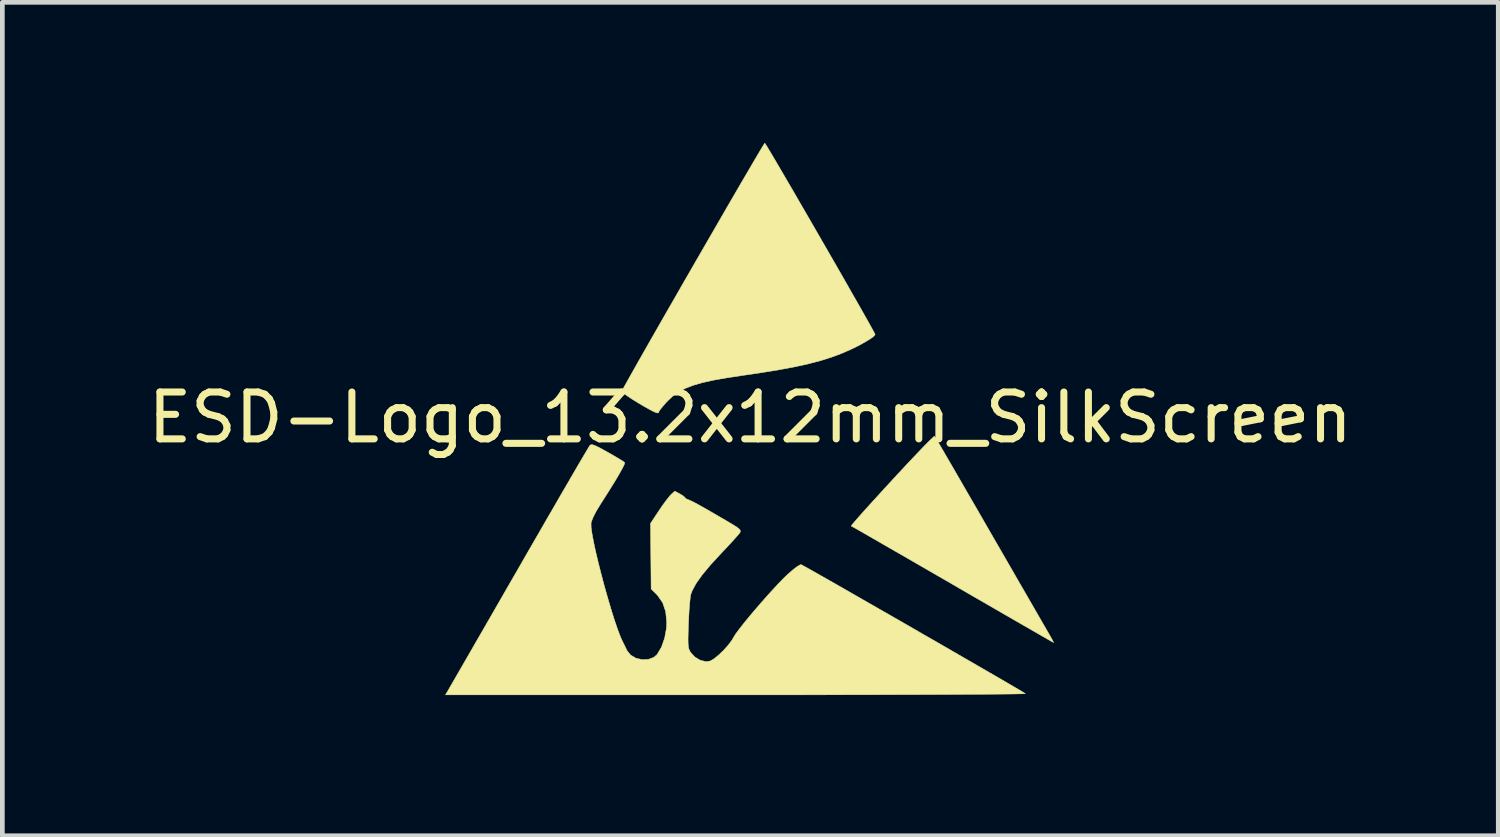
<source format=kicad_pcb>
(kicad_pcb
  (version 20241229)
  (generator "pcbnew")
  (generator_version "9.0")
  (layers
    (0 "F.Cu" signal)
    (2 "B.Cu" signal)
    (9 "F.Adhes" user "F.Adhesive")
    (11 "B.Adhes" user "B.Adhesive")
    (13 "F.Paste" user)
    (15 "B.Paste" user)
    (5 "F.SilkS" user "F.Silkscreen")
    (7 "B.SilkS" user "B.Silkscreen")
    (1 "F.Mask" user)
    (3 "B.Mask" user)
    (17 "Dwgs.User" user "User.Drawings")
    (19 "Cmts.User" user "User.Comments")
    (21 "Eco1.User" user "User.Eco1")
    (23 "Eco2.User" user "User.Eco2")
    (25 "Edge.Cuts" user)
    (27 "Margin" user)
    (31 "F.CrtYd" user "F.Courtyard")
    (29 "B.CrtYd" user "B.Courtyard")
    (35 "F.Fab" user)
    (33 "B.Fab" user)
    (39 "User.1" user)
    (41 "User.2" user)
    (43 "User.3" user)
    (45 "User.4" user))
  (footprint "ESD-Logo_13.2x12mm_SilkScreen"
    (layer "F.Cu")
    (at 12.958 5.859)
    (property "Reference" "ESD-Logo_13.2x12mm_SilkScreen" (at 0 0 0) (layer "F.SilkS") (effects (font (size 1 1) (thickness 0.15))))
    (attr exclude_from_pos_files exclude_from_bom allow_missing_courtyard)
    (fp_poly (pts (xy 3.975 0.469) (xy 3.998 0.507) (xy 4.049 0.595) (xy 4.126 0.727) (xy 4.226 0.9) (xy 4.348 1.109) (xy 4.487 1.35) (xy 4.642 1.619) (xy 4.811 1.91) (xy 4.99 2.221) (xy 5.174 2.54) (xy 5.362 2.866) (xy 5.543 3.179) (xy 5.713 3.475) (xy 5.871 3.748) (xy 6.014 3.995) (xy 6.138 4.211) (xy 6.242 4.391) (xy 6.322 4.53) (xy 6.377 4.625) (xy 6.403 4.67) (xy 6.445 4.745) (xy 6.468 4.792) (xy 6.469 4.8) (xy 6.441 4.784) (xy 6.364 4.74) (xy 6.241 4.67) (xy 6.077 4.575) (xy 5.875 4.459) (xy 5.64 4.324) (xy 5.375 4.171) (xy 5.085 4.003) (xy 4.774 3.824) (xy 4.446 3.634) (xy 4.321 3.561) (xy 3.987 3.368) (xy 3.668 3.184) (xy 3.369 3.011) (xy 3.093 2.852) (xy 2.844 2.709) (xy 2.628 2.584) (xy 2.447 2.48) (xy 2.306 2.399) (xy 2.208 2.344) (xy 2.159 2.317) (xy 2.154 2.314) (xy 2.169 2.29) (xy 2.221 2.228) (xy 2.305 2.131) (xy 2.415 2.007) (xy 2.547 1.861) (xy 2.694 1.699) (xy 2.852 1.526) (xy 3.015 1.349) (xy 3.179 1.172) (xy 3.336 1.003) (xy 3.483 0.847) (xy 3.614 0.709) (xy 3.723 0.595) (xy 3.806 0.512) (xy 3.834 0.485) (xy 3.928 0.396) (xy 3.975 0.469)) (stroke (width 0.01) (type solid)) (fill yes) (layer "F.SilkS"))
    (fp_poly (pts (xy 0.328 -5.828) (xy 0.374 -5.754) (xy 0.445 -5.635) (xy 0.538 -5.478) (xy 0.65 -5.287) (xy 0.778 -5.067) (xy 0.92 -4.825) (xy 1.071 -4.563) (xy 1.231 -4.288) (xy 1.394 -4.005) (xy 1.56 -3.718) (xy 1.724 -3.433) (xy 1.884 -3.155) (xy 2.037 -2.888) (xy 2.179 -2.638) (xy 2.309 -2.411) (xy 2.423 -2.21) (xy 2.519 -2.04) (xy 2.592 -1.908) (xy 2.641 -1.818) (xy 2.663 -1.775) (xy 2.664 -1.773) (xy 2.637 -1.736) (xy 2.562 -1.68) (xy 2.448 -1.611) (xy 2.305 -1.532) (xy 2.154 -1.458) (xy 1.949 -1.368) (xy 1.734 -1.288) (xy 1.5 -1.214) (xy 1.241 -1.146) (xy 0.949 -1.082) (xy 0.617 -1.02) (xy 0.238 -0.958) (xy -0.155 -0.9) (xy -0.496 -0.848) (xy -0.783 -0.798) (xy -1.022 -0.745) (xy -1.221 -0.687) (xy -1.386 -0.623) (xy -1.526 -0.549) (xy -1.647 -0.463) (xy -1.756 -0.362) (xy -1.792 -0.325) (xy -1.868 -0.238) (xy -1.925 -0.167) (xy -1.951 -0.125) (xy -1.951 -0.121) (xy -1.961 -0.1) (xy -1.992 -0.1) (xy -2.053 -0.123) (xy -2.15 -0.173) (xy -2.289 -0.252) (xy -2.385 -0.309) (xy -2.529 -0.398) (xy -2.641 -0.473) (xy -2.713 -0.531) (xy -2.738 -0.565) (xy -2.738 -0.565) (xy -2.722 -0.598) (xy -2.678 -0.679) (xy -2.608 -0.805) (xy -2.515 -0.97) (xy -2.401 -1.172) (xy -2.269 -1.404) (xy -2.122 -1.663) (xy -1.961 -1.944) (xy -1.79 -2.243) (xy -1.61 -2.555) (xy -1.426 -2.877) (xy -1.238 -3.203) (xy -1.05 -3.529) (xy -0.864 -3.85) (xy -0.683 -4.163) (xy -0.51 -4.463) (xy -0.346 -4.745) (xy -0.195 -5.005) (xy -0.058 -5.238) (xy 0.06 -5.441) (xy 0.159 -5.608) (xy 0.235 -5.736) (xy 0.286 -5.819) (xy 0.309 -5.854) (xy 0.31 -5.854) (xy 0.328 -5.828)) (stroke (width 0.01) (type solid)) (fill yes) (layer "F.SilkS"))
    (fp_poly (pts (xy -3.356 0.582) (xy -3.291 0.607) (xy -3.192 0.657) (xy -3.049 0.736) (xy -3.038 0.742) (xy -2.907 0.817) (xy -2.796 0.883) (xy -2.717 0.932) (xy -2.68 0.96) (xy -2.679 0.961) (xy -2.688 0.999) (xy -2.729 1.083) (xy -2.8 1.21) (xy -2.897 1.374) (xy -3.019 1.57) (xy -3.162 1.795) (xy -3.197 1.85) (xy -3.29 2.003) (xy -3.357 2.135) (xy -3.394 2.234) (xy -3.397 2.253) (xy -3.396 2.339) (xy -3.377 2.474) (xy -3.344 2.652) (xy -3.299 2.862) (xy -3.243 3.096) (xy -3.18 3.345) (xy -3.112 3.601) (xy -3.04 3.855) (xy -2.968 4.098) (xy -2.898 4.322) (xy -2.831 4.518) (xy -2.771 4.676) (xy -2.729 4.77) (xy -2.679 4.87) (xy -2.633 4.966) (xy -2.63 4.972) (xy -2.553 5.068) (xy -2.44 5.134) (xy -2.308 5.165) (xy -2.175 5.16) (xy -2.058 5.116) (xy -1.991 5.059) (xy -1.896 4.901) (xy -1.827 4.705) (xy -1.788 4.49) (xy -1.783 4.368) (xy -1.805 4.14) (xy -1.869 3.951) (xy -1.979 3.793) (xy -2.013 3.757) (xy -2.115 3.658) (xy -2.129 2.259) (xy -1.95 1.989) (xy -1.867 1.867) (xy -1.786 1.757) (xy -1.72 1.675) (xy -1.692 1.644) (xy -1.611 1.57) (xy -1.503 1.628) (xy -1.434 1.67) (xy -1.396 1.703) (xy -1.394 1.709) (xy -1.368 1.733) (xy -1.324 1.752) (xy -1.282 1.769) (xy -1.217 1.8) (xy -1.123 1.85) (xy -0.996 1.921) (xy -0.83 2.016) (xy -0.619 2.139) (xy -0.504 2.206) (xy -0.369 2.286) (xy -0.28 2.343) (xy -0.23 2.384) (xy -0.211 2.415) (xy -0.215 2.443) (xy -0.218 2.45) (xy -0.249 2.491) (xy -0.316 2.567) (xy -0.41 2.671) (xy -0.524 2.794) (xy -0.623 2.898) (xy -0.85 3.145) (xy -1.028 3.359) (xy -1.158 3.542) (xy -1.241 3.697) (xy -1.27 3.776) (xy -1.281 3.844) (xy -1.293 3.962) (xy -1.305 4.114) (xy -1.314 4.288) (xy -1.319 4.399) (xy -1.325 4.589) (xy -1.328 4.728) (xy -1.326 4.827) (xy -1.32 4.896) (xy -1.307 4.945) (xy -1.287 4.987) (xy -1.272 5.012) (xy -1.183 5.109) (xy -1.069 5.177) (xy -0.949 5.207) (xy -0.858 5.196) (xy -0.777 5.15) (xy -0.675 5.067) (xy -0.566 4.962) (xy -0.465 4.849) (xy -0.387 4.743) (xy -0.358 4.692) (xy -0.315 4.622) (xy -0.236 4.515) (xy -0.13 4.38) (xy -0.002 4.224) (xy 0.139 4.058) (xy 0.288 3.887) (xy 0.435 3.722) (xy 0.575 3.571) (xy 0.7 3.441) (xy 0.799 3.345) (xy 0.908 3.25) (xy 0.999 3.18) (xy 1.064 3.142) (xy 1.085 3.138) (xy 1.118 3.155) (xy 1.199 3.2) (xy 1.325 3.27) (xy 1.49 3.364) (xy 1.691 3.478) (xy 1.921 3.609) (xy 2.176 3.755) (xy 2.452 3.914) (xy 2.744 4.081) (xy 3.048 4.255) (xy 3.358 4.433) (xy 3.669 4.613) (xy 3.978 4.79) (xy 4.279 4.964) (xy 4.568 5.131) (xy 4.839 5.288) (xy 5.089 5.433) (xy 5.313 5.562) (xy 5.505 5.674) (xy 5.662 5.766) (xy 5.777 5.834) (xy 5.848 5.877) (xy 5.868 5.89) (xy 5.841 5.893) (xy 5.754 5.895) (xy 5.611 5.898) (xy 5.415 5.9) (xy 5.169 5.902) (xy 4.875 5.904) (xy 4.536 5.906) (xy 4.156 5.908) (xy 3.736 5.91) (xy 3.281 5.911) (xy 2.792 5.913) (xy 2.274 5.914) (xy 1.728 5.915) (xy 1.157 5.916) (xy 0.565 5.916) (xy -0.046 5.916) (xy -0.302 5.916) (xy -6.502 5.916) (xy -6.06 5.15) (xy -5.966 4.987) (xy -5.846 4.778) (xy -5.702 4.53) (xy -5.54 4.248) (xy -5.363 3.941) (xy -5.176 3.615) (xy -4.981 3.278) (xy -4.784 2.935) (xy -4.588 2.595) (xy -4.538 2.509) (xy -4.358 2.196) (xy -4.185 1.898) (xy -4.024 1.619) (xy -3.876 1.365) (xy -3.745 1.139) (xy -3.632 0.946) (xy -3.54 0.79) (xy -3.473 0.677) (xy -3.432 0.609) (xy -3.42 0.592) (xy -3.396 0.578) (xy -3.356 0.582)) (stroke (width 0.01) (type solid)) (fill yes) (layer "F.SilkS")))
  (gr_rect
    (start -3 -3)
    (end 28.917 14.781)
    (stroke (width 0.1) (type default))
    (fill no)
    (layer "Edge.Cuts")))
</source>
